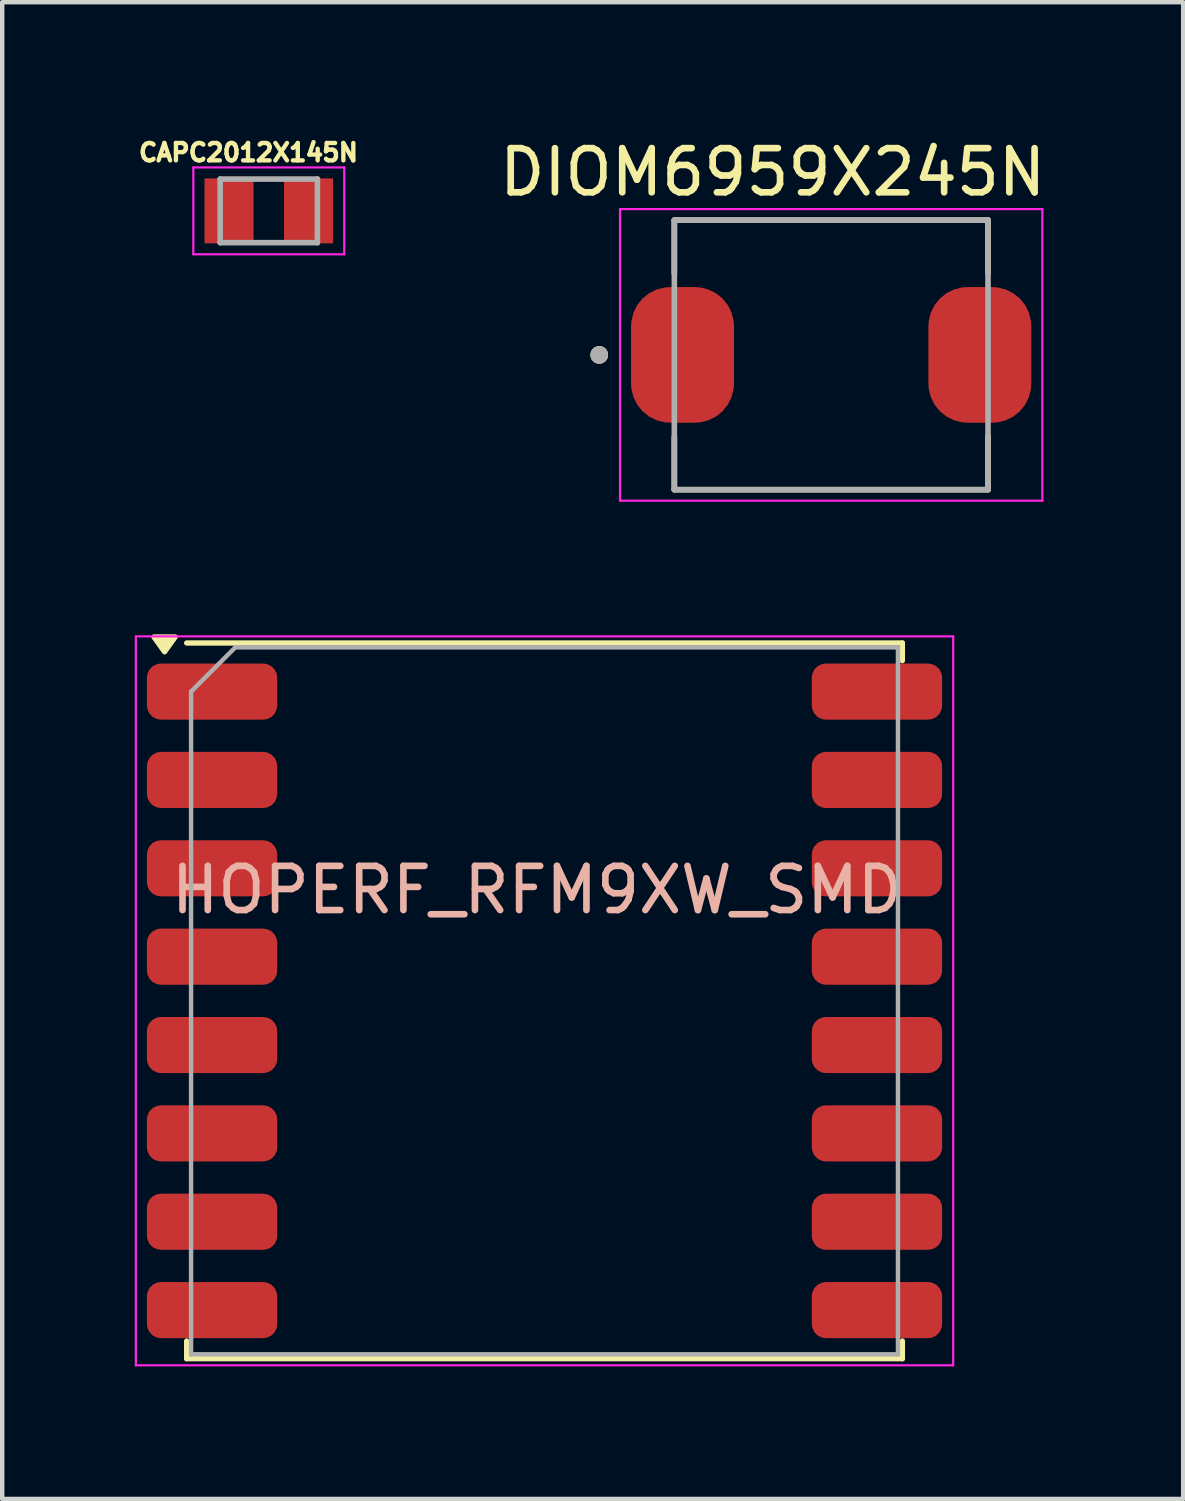
<source format=kicad_pcb>
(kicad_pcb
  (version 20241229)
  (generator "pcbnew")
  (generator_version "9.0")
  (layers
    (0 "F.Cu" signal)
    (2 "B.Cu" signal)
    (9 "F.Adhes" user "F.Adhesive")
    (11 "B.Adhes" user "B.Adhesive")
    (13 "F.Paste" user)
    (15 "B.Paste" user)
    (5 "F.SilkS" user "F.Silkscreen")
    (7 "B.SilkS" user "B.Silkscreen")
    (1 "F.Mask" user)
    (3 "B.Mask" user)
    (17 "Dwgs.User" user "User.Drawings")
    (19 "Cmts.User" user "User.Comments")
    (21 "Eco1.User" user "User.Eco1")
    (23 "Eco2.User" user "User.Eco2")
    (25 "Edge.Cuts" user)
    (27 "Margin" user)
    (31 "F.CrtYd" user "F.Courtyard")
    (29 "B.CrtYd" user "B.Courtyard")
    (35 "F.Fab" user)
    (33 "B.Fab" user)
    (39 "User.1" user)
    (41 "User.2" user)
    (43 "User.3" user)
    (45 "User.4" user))
  (footprint "HOPERF_RFM9XW_SMD"
    (layer "F.Cu")
    (at 9.275 19.604)
    (property "Reference" "HOPERF_RFM9XW_SMD" (at -0.17 -2.51 180) (layer "B.SilkS") (effects (font (size 1 1) (thickness 0.15))))
    (attr smd)
    (fp_line (start -8.1 -8.1) (end 8.1 -8.1) (stroke (width 0.12) (type solid)) (layer "F.SilkS"))
    (fp_line (start -8.1 7.7) (end -8.1 8.1) (stroke (width 0.12) (type solid)) (layer "F.SilkS"))
    (fp_line (start -8.1 8.1) (end 8.1 8.1) (stroke (width 0.12) (type solid)) (layer "F.SilkS"))
    (fp_line (start 8.1 -8.1) (end 8.1 -7.7) (stroke (width 0.12) (type solid)) (layer "F.SilkS"))
    (fp_line (start 8.1 8.1) (end 8.1 7.7) (stroke (width 0.12) (type solid)) (layer "F.SilkS"))
    (fp_poly (pts (xy -8.6 -7.9) (xy -8.84 -8.236) (xy -8.36 -8.236) (xy -8.6 -7.9)) (stroke (width 0.12) (type solid)) (fill yes) (layer "F.SilkS"))
    (fp_line (start -9.25 -8.25) (end 9.25 -8.25) (stroke (width 0.05) (type solid)) (layer "F.CrtYd"))
    (fp_line (start -9.25 8.25) (end -9.25 -8.25) (stroke (width 0.05) (type solid)) (layer "F.CrtYd"))
    (fp_line (start -9.25 8.25) (end 9.25 8.25) (stroke (width 0.05) (type solid)) (layer "F.CrtYd"))
    (fp_line (start 9.25 -8.25) (end 9.25 8.25) (stroke (width 0.05) (type solid)) (layer "F.CrtYd"))
    (fp_line (start -8 8) (end -8 -7) (stroke (width 0.1) (type solid)) (layer "F.Fab"))
    (fp_line (start -8 8) (end 8 8) (stroke (width 0.1) (type solid)) (layer "F.Fab"))
    (fp_line (start -7 -8) (end -8 -7) (stroke (width 0.1) (type solid)) (layer "F.Fab"))
    (fp_line (start -7 -8) (end 8 -8) (stroke (width 0.1) (type solid)) (layer "F.Fab"))
    (fp_line (start 8 8) (end 8 -8) (stroke (width 0.1) (type solid)) (layer "F.Fab"))
    (pad "1" smd roundrect (at -7.525 -7) (size 2.95 1.27) (layers "F.Cu" "F.Mask" "F.Paste") (roundrect_rratio 0.25))
    (pad "2" smd roundrect (at -7.525 -5) (size 2.95 1.27) (layers "F.Cu" "F.Mask" "F.Paste") (roundrect_rratio 0.25))
    (pad "3" smd roundrect (at -7.525 -3) (size 2.95 1.27) (layers "F.Cu" "F.Mask" "F.Paste") (roundrect_rratio 0.25))
    (pad "4" smd roundrect (at -7.525 -1) (size 2.95 1.27) (layers "F.Cu" "F.Mask" "F.Paste") (roundrect_rratio 0.25))
    (pad "5" smd roundrect (at -7.525 1) (size 2.95 1.27) (layers "F.Cu" "F.Mask" "F.Paste") (roundrect_rratio 0.25))
    (pad "6" smd roundrect (at -7.525 3) (size 2.95 1.27) (layers "F.Cu" "F.Mask" "F.Paste") (roundrect_rratio 0.25))
    (pad "7" smd roundrect (at -7.525 5) (size 2.95 1.27) (layers "F.Cu" "F.Mask" "F.Paste") (roundrect_rratio 0.25))
    (pad "8" smd roundrect (at -7.525 7) (size 2.95 1.27) (layers "F.Cu" "F.Mask" "F.Paste") (roundrect_rratio 0.25))
    (pad "9" smd roundrect (at 7.525 7) (size 2.95 1.27) (layers "F.Cu" "F.Mask" "F.Paste") (roundrect_rratio 0.25))
    (pad "10" smd roundrect (at 7.525 5) (size 2.95 1.27) (layers "F.Cu" "F.Mask" "F.Paste") (roundrect_rratio 0.25))
    (pad "11" smd roundrect (at 7.525 3) (size 2.95 1.27) (layers "F.Cu" "F.Mask" "F.Paste") (roundrect_rratio 0.25))
    (pad "12" smd roundrect (at 7.525 1) (size 2.95 1.27) (layers "F.Cu" "F.Mask" "F.Paste") (roundrect_rratio 0.25))
    (pad "13" smd roundrect (at 7.525 -1) (size 2.95 1.27) (layers "F.Cu" "F.Mask" "F.Paste") (roundrect_rratio 0.25))
    (pad "14" smd roundrect (at 7.525 -3) (size 2.95 1.27) (layers "F.Cu" "F.Mask" "F.Paste") (roundrect_rratio 0.25))
    (pad "15" smd roundrect (at 7.525 -5) (size 2.95 1.27) (layers "F.Cu" "F.Mask" "F.Paste") (roundrect_rratio 0.25))
    (pad "16" smd roundrect (at 7.525 -7) (size 2.95 1.27) (layers "F.Cu" "F.Mask" "F.Paste") (roundrect_rratio 0.25)))
  (footprint "DIOM6959X245N"
    (layer "F.Cu")
    (at 15.764 4.983)
    (property "Reference" "DIOM6959X245N" (at -1.325 -4.135 0) (layer "F.SilkS") (effects (font (size 1 1) (thickness 0.15))))
    (attr smd)
    (fp_line (start -3.55 -3.05) (end 3.55 -3.05) (stroke (width 0.127) (type solid)) (layer "F.SilkS"))
    (fp_line (start -3.55 -1.849) (end -3.55 -3.05) (stroke (width 0.127) (type solid)) (layer "F.SilkS"))
    (fp_line (start -3.55 1.849) (end -3.55 3.05) (stroke (width 0.127) (type solid)) (layer "F.SilkS"))
    (fp_line (start -3.55 3.05) (end 3.55 3.05) (stroke (width 0.127) (type solid)) (layer "F.SilkS"))
    (fp_line (start 3.55 -3.05) (end 3.55 -1.849) (stroke (width 0.127) (type solid)) (layer "F.SilkS"))
    (fp_line (start 3.55 3.05) (end 3.55 1.849) (stroke (width 0.127) (type solid)) (layer "F.SilkS"))
    (fp_circle (center -5.25 0) (end -5.15 0) (stroke (width 0.2) (type solid)) (fill no) (layer "F.SilkS"))
    (fp_line (start -4.78 -3.3) (end 4.78 -3.3) (stroke (width 0.05) (type solid)) (layer "F.CrtYd"))
    (fp_line (start -4.78 3.3) (end -4.78 -3.3) (stroke (width 0.05) (type solid)) (layer "F.CrtYd"))
    (fp_line (start 4.78 -3.3) (end 4.78 3.3) (stroke (width 0.05) (type solid)) (layer "F.CrtYd"))
    (fp_line (start 4.78 3.3) (end -4.78 3.3) (stroke (width 0.05) (type solid)) (layer "F.CrtYd"))
    (fp_line (start -3.55 -3.05) (end 3.55 -3.05) (stroke (width 0.127) (type solid)) (layer "F.Fab"))
    (fp_line (start -3.55 3.05) (end -3.55 -3.05) (stroke (width 0.127) (type solid)) (layer "F.Fab"))
    (fp_line (start 3.55 -3.05) (end 3.55 3.05) (stroke (width 0.127) (type solid)) (layer "F.Fab"))
    (fp_line (start 3.55 3.05) (end -3.55 3.05) (stroke (width 0.127) (type solid)) (layer "F.Fab"))
    (fp_circle (center -5.25 0) (end -5.15 0) (stroke (width 0.2) (type solid)) (fill no) (layer "F.Fab"))
    (pad "A" smd roundrect (at 3.365 0) (size 2.33 3.07) (layers "F.Cu" "F.Mask" "F.Paste") (roundrect_rratio 0.38))
    (pad "C" smd roundrect (at -3.365 0) (size 2.33 3.07) (layers "F.Cu" "F.Mask" "F.Paste") (roundrect_rratio 0.38)))
  (footprint "CAPC2012X145N"
    (layer "F.Cu")
    (at 3.034 1.723)
    (property "Reference" "CAPC2012X145N" (at -0.46 -1.32 0) (layer "F.SilkS") (effects (font (size 0.394 0.394) (thickness 0.15))))
    (attr through_hole)
    (fp_line (start -1.708 -0.983) (end 1.708 -0.983) (stroke (width 0.05) (type solid)) (layer "F.CrtYd"))
    (fp_line (start -1.708 0.983) (end -1.708 -0.983) (stroke (width 0.05) (type solid)) (layer "F.CrtYd"))
    (fp_line (start -1.708 0.983) (end 1.708 0.983) (stroke (width 0.05) (type solid)) (layer "F.CrtYd"))
    (fp_line (start 1.708 0.983) (end 1.708 -0.983) (stroke (width 0.05) (type solid)) (layer "F.CrtYd"))
    (fp_line (start -1.1 0.72) (end -1.1 -0.72) (stroke (width 0.127) (type solid)) (layer "F.Fab"))
    (fp_line (start 1.1 -0.72) (end -1.1 -0.72) (stroke (width 0.127) (type solid)) (layer "F.Fab"))
    (fp_line (start 1.1 0.72) (end -1.1 0.72) (stroke (width 0.127) (type solid)) (layer "F.Fab"))
    (fp_line (start 1.1 0.72) (end 1.1 -0.72) (stroke (width 0.127) (type solid)) (layer "F.Fab"))
    (pad "1" smd rect (at -0.9 0) (size 1.11 1.47) (layers "F.Cu" "F.Mask" "F.Paste"))
    (pad "2" smd rect (at 0.9 0) (size 1.11 1.47) (layers "F.Cu" "F.Mask" "F.Paste")))
  (gr_rect
    (start -3 -3)
    (end 23.731 30.879)
    (stroke (width 0.1) (type default))
    (fill no)
    (layer "Edge.Cuts")))
</source>
